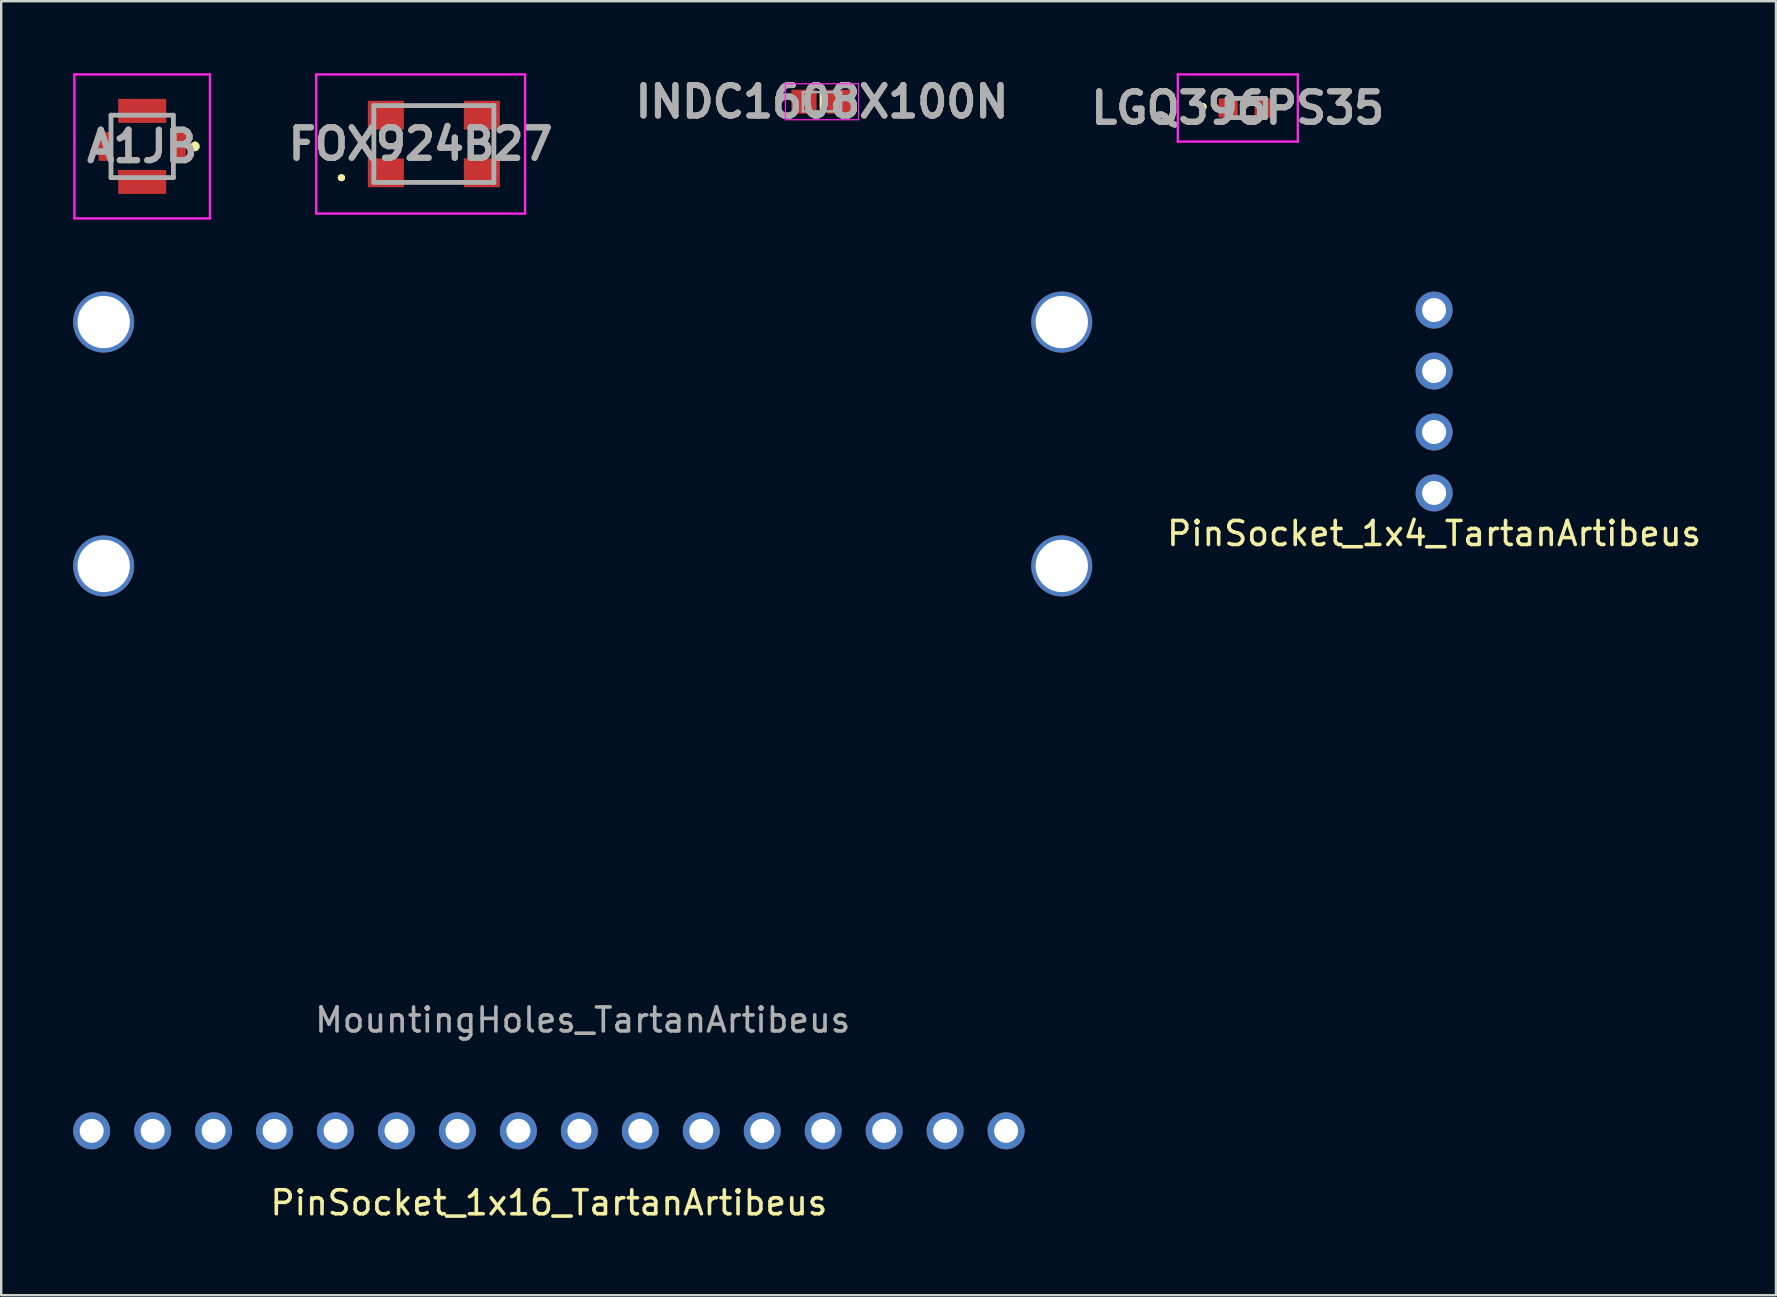
<source format=kicad_pcb>
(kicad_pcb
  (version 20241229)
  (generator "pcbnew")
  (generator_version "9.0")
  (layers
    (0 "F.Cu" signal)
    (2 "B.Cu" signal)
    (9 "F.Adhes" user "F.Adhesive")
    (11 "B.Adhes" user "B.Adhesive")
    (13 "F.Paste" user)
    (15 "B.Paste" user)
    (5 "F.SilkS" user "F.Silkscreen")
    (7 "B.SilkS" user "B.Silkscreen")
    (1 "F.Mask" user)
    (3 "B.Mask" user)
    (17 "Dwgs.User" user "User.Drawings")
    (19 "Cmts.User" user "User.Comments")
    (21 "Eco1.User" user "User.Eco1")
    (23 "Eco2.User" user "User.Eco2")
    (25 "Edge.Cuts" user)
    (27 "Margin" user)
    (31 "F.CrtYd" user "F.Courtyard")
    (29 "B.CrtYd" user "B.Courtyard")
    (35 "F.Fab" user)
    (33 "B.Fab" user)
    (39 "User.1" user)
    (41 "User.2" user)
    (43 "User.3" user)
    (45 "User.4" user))
  (footprint "MountingHoles_TartanArtibeus"
    (layer "F.Cu")
    (at 21.23 15.45)
    (property "Reference" "MountingHoles_TartanArtibeus" (at 0 24 0) (layer "F.Fab") (effects (font (size 1 1) (thickness 0.15))))
    (attr through_hole)
    (pad "1" thru_hole circle (at -19.96 -5.08) (size 2.54 2.54) (drill 2.18) (layers "*.Cu" "*.Mask"))
    (pad "2" thru_hole circle (at 19.96 -5.08) (size 2.54 2.54) (drill 2.18) (layers "*.Cu" "*.Mask"))
    (pad "3" thru_hole circle (at -19.96 5.08) (size 2.54 2.54) (drill 2.18) (layers "*.Cu" "*.Mask"))
    (pad "4" thru_hole circle (at 19.96 5.08) (size 2.54 2.54) (drill 2.18) (layers "*.Cu" "*.Mask")))
  (footprint "LGQ396PS35"
    (layer "F.Cu")
    (at 48.876 1.45)
    (property "Reference" "LGQ396PS35" (at -0.35 0 0) (layer "F.Fab") (effects (font (size 1.27 1.27) (thickness 0.254))))
    (attr smd)
    (fp_line (start -1.8 -0.1) (end -1.8 -0.1) (stroke (width 0.2) (type solid)) (layer "F.SilkS"))
    (fp_line (start -1.8 0) (end -1.8 0) (stroke (width 0.2) (type solid)) (layer "F.SilkS"))
    (fp_line (start -1.8 0) (end -1.8 0) (stroke (width 0.2) (type solid)) (layer "F.SilkS"))
    (fp_arc (start -1.8 -0.1) (mid -1.75 -0.05) (end -1.8 0) (stroke (width 0.2) (type solid)) (layer "F.SilkS"))
    (fp_arc (start -1.8 -0.1) (mid -1.75 -0.05) (end -1.8 0) (stroke (width 0.2) (type solid)) (layer "F.SilkS"))
    (fp_arc (start -1.8 0) (mid -1.85 -0.05) (end -1.8 -0.1) (stroke (width 0.2) (type solid)) (layer "F.SilkS"))
    (fp_line (start -2.85 -1.4) (end 2.15 -1.4) (stroke (width 0.1) (type solid)) (layer "F.CrtYd"))
    (fp_line (start -2.85 1.4) (end -2.85 -1.4) (stroke (width 0.1) (type solid)) (layer "F.CrtYd"))
    (fp_line (start 2.15 -1.4) (end 2.15 1.4) (stroke (width 0.1) (type solid)) (layer "F.CrtYd"))
    (fp_line (start 2.15 1.4) (end -2.85 1.4) (stroke (width 0.1) (type solid)) (layer "F.CrtYd"))
    (fp_line (start -0.8 -0.4) (end -0.8 0.4) (stroke (width 0.2) (type solid)) (layer "F.Fab"))
    (fp_line (start -0.8 0.4) (end 0.8 0.4) (stroke (width 0.2) (type solid)) (layer "F.Fab"))
    (fp_line (start 0.8 -0.4) (end -0.8 -0.4) (stroke (width 0.2) (type solid)) (layer "F.Fab"))
    (fp_line (start 0.8 0.4) (end 0.8 -0.4) (stroke (width 0.2) (type solid)) (layer "F.Fab"))
    (fp_text user "${REFERENCE}" (at -0.35 0 0) (layer "F.Fab") (effects (font (size 1.27 1.27) (thickness 0.254))))
    (pad "1" smd rect (at -0.75 0 90) (size 0.8 0.8) (layers "F.Cu" "F.Mask" "F.Paste"))
    (pad "2" smd rect (at 0.75 0 90) (size 0.8 0.8) (layers "F.Cu" "F.Mask" "F.Paste")))
  (footprint "A1JB"
    (layer "F.Cu")
    (at 2.875 3.05)
    (property "Reference" "A1JB" (at 0 0 0) (layer "F.Fab") (effects (font (size 1.27 1.27) (thickness 0.254))))
    (attr smd)
    (fp_line (start 2.2 -0.1) (end 2.2 -0.1) (stroke (width 0.2) (type solid)) (layer "F.SilkS"))
    (fp_line (start 2.2 0.1) (end 2.2 0.1) (stroke (width 0.2) (type solid)) (layer "F.SilkS"))
    (fp_arc (start 2.2 -0.1) (mid 2.3 0) (end 2.2 0.1) (stroke (width 0.2) (type solid)) (layer "F.SilkS"))
    (fp_arc (start 2.2 0.1) (mid 2.1 0) (end 2.2 -0.1) (stroke (width 0.2) (type solid)) (layer "F.SilkS"))
    (fp_line (start -2.825 -3) (end 2.825 -3) (stroke (width 0.1) (type solid)) (layer "F.CrtYd"))
    (fp_line (start -2.825 3) (end -2.825 -3) (stroke (width 0.1) (type solid)) (layer "F.CrtYd"))
    (fp_line (start 2.825 -3) (end 2.825 3) (stroke (width 0.1) (type solid)) (layer "F.CrtYd"))
    (fp_line (start 2.825 3) (end -2.825 3) (stroke (width 0.1) (type solid)) (layer "F.CrtYd"))
    (fp_line (start -1.3 -1.3) (end 1.3 -1.3) (stroke (width 0.2) (type solid)) (layer "F.Fab"))
    (fp_line (start -1.3 1.3) (end -1.3 -1.3) (stroke (width 0.2) (type solid)) (layer "F.Fab"))
    (fp_line (start 1.3 -1.3) (end 1.3 1.3) (stroke (width 0.2) (type solid)) (layer "F.Fab"))
    (fp_line (start 1.3 1.3) (end -1.3 1.3) (stroke (width 0.2) (type solid)) (layer "F.Fab"))
    (fp_text user "${REFERENCE}" (at 0 0 0) (layer "F.Fab") (effects (font (size 1.27 1.27) (thickness 0.254))))
    (pad "1" smd rect (at 1.52 0) (size 0.6 1.2) (layers "F.Cu" "F.Mask" "F.Paste"))
    (pad "2" smd rect (at 0 -1.48 90) (size 1 2) (layers "F.Cu" "F.Mask" "F.Paste"))
    (pad "3" smd rect (at -1.52 0) (size 0.6 1.2) (layers "F.Cu" "F.Mask" "F.Paste"))
    (pad "4" smd rect (at 0 1.48 90) (size 1 2) (layers "F.Cu" "F.Mask" "F.Paste")))
  (footprint "FOX924B27"
    (layer "F.Cu")
    (at 15.027 2.95)
    (property "Reference" "FOX924B27" (at -0.55 0 0) (layer "F.Fab") (effects (font (size 1.27 1.27) (thickness 0.254))))
    (attr smd)
    (fp_line (start -3.9 1.4) (end -3.9 1.4) (stroke (width 0.2) (type solid)) (layer "F.SilkS"))
    (fp_line (start -3.9 1.4) (end -3.9 1.4) (stroke (width 0.2) (type solid)) (layer "F.SilkS"))
    (fp_line (start -3.8 1.4) (end -3.8 1.4) (stroke (width 0.2) (type solid)) (layer "F.SilkS"))
    (fp_line (start -2.5 -0.25) (end -2.5 -0.25) (stroke (width 0.1) (type solid)) (layer "F.SilkS"))
    (fp_line (start -2.5 -0.25) (end -2.5 0.25) (stroke (width 0.1) (type solid)) (layer "F.SilkS"))
    (fp_line (start -2.5 0.25) (end -2.5 -0.25) (stroke (width 0.1) (type solid)) (layer "F.SilkS"))
    (fp_line (start -2.5 0.25) (end -2.5 0.25) (stroke (width 0.1) (type solid)) (layer "F.SilkS"))
    (fp_line (start -0.5 -1.6) (end -0.5 -1.6) (stroke (width 0.1) (type solid)) (layer "F.SilkS"))
    (fp_line (start -0.5 -1.6) (end 0.5 -1.6) (stroke (width 0.1) (type solid)) (layer "F.SilkS"))
    (fp_line (start -0.5 1.6) (end -0.5 1.6) (stroke (width 0.1) (type solid)) (layer "F.SilkS"))
    (fp_line (start -0.5 1.6) (end 0.5 1.6) (stroke (width 0.1) (type solid)) (layer "F.SilkS"))
    (fp_line (start 0.5 -1.6) (end -0.5 -1.6) (stroke (width 0.1) (type solid)) (layer "F.SilkS"))
    (fp_line (start 0.5 -1.6) (end 0.5 -1.6) (stroke (width 0.1) (type solid)) (layer "F.SilkS"))
    (fp_line (start 0.5 1.6) (end -0.5 1.6) (stroke (width 0.1) (type solid)) (layer "F.SilkS"))
    (fp_line (start 0.5 1.6) (end 0.5 1.6) (stroke (width 0.1) (type solid)) (layer "F.SilkS"))
    (fp_line (start 2.5 -0.25) (end 2.5 -0.25) (stroke (width 0.1) (type solid)) (layer "F.SilkS"))
    (fp_line (start 2.5 -0.25) (end 2.5 0.25) (stroke (width 0.1) (type solid)) (layer "F.SilkS"))
    (fp_line (start 2.5 0.25) (end 2.5 -0.25) (stroke (width 0.1) (type solid)) (layer "F.SilkS"))
    (fp_line (start 2.5 0.25) (end 2.5 0.25) (stroke (width 0.1) (type solid)) (layer "F.SilkS"))
    (fp_arc (start -3.9 1.4) (mid -3.85 1.35) (end -3.8 1.4) (stroke (width 0.2) (type solid)) (layer "F.SilkS"))
    (fp_arc (start -3.8 1.4) (mid -3.85 1.45) (end -3.9 1.4) (stroke (width 0.2) (type solid)) (layer "F.SilkS"))
    (fp_arc (start -3.8 1.4) (mid -3.85 1.45) (end -3.9 1.4) (stroke (width 0.2) (type solid)) (layer "F.SilkS"))
    (fp_line (start -4.9 -2.9) (end 3.8 -2.9) (stroke (width 0.1) (type solid)) (layer "F.CrtYd"))
    (fp_line (start -4.9 2.9) (end -4.9 -2.9) (stroke (width 0.1) (type solid)) (layer "F.CrtYd"))
    (fp_line (start 3.8 -2.9) (end 3.8 2.9) (stroke (width 0.1) (type solid)) (layer "F.CrtYd"))
    (fp_line (start 3.8 2.9) (end -4.9 2.9) (stroke (width 0.1) (type solid)) (layer "F.CrtYd"))
    (fp_line (start -2.5 -1.6) (end -2.5 1.6) (stroke (width 0.2) (type solid)) (layer "F.Fab"))
    (fp_line (start -2.5 1.6) (end 2.5 1.6) (stroke (width 0.2) (type solid)) (layer "F.Fab"))
    (fp_line (start 2.5 -1.6) (end -2.5 -1.6) (stroke (width 0.2) (type solid)) (layer "F.Fab"))
    (fp_line (start 2.5 1.6) (end 2.5 -1.6) (stroke (width 0.2) (type solid)) (layer "F.Fab"))
    (fp_text user "${REFERENCE}" (at -0.55 0 0) (layer "F.Fab") (effects (font (size 1.27 1.27) (thickness 0.254))))
    (pad "1" smd rect (at -2 1.2 90) (size 1.2 1.5) (layers "F.Cu" "F.Mask" "F.Paste"))
    (pad "2" smd rect (at 2 1.2 90) (size 1.2 1.5) (layers "F.Cu" "F.Mask" "F.Paste"))
    (pad "3" smd rect (at 2 -1.2 90) (size 1.2 1.5) (layers "F.Cu" "F.Mask" "F.Paste"))
    (pad "4" smd rect (at -2 -1.2 90) (size 1.2 1.5) (layers "F.Cu" "F.Mask" "F.Paste")))
  (footprint "PinSocket_1x4_TartanArtibeus"
    (layer "F.Cu")
    (at 56.704 13.68)
    (property "Reference" "PinSocket_1x4_TartanArtibeus" (at 0 5.5 0) (layer "F.SilkS") (effects (font (size 1 1) (thickness 0.15))))
    (attr through_hole)
    (pad "1" thru_hole circle (at 0 3.81) (size 1.54 1.54) (drill 1) (layers "*.Cu" "*.Mask"))
    (pad "2" thru_hole circle (at 0 1.27) (size 1.54 1.54) (drill 1) (layers "*.Cu" "*.Mask"))
    (pad "3" thru_hole circle (at 0 -1.27) (size 1.54 1.54) (drill 1) (layers "*.Cu" "*.Mask"))
    (pad "4" thru_hole circle (at 0 -3.81) (size 1.54 1.54) (drill 1) (layers "*.Cu" "*.Mask")))
  (footprint "PinSocket_1x16_TartanArtibeus"
    (layer "F.Cu")
    (at 19.82 44.068)
    (property "Reference" "PinSocket_1x16_TartanArtibeus" (at 0 3 0) (layer "F.SilkS") (effects (font (size 1 1) (thickness 0.15))))
    (attr through_hole)
    (pad "1" thru_hole circle (at -19.05 0) (size 1.54 1.54) (drill 1) (layers "*.Cu" "*.Mask"))
    (pad "2" thru_hole circle (at -16.51 0) (size 1.54 1.54) (drill 1) (layers "*.Cu" "*.Mask"))
    (pad "3" thru_hole circle (at -13.97 0) (size 1.54 1.54) (drill 1) (layers "*.Cu" "*.Mask"))
    (pad "4" thru_hole circle (at -11.43 0) (size 1.54 1.54) (drill 1) (layers "*.Cu" "*.Mask"))
    (pad "5" thru_hole circle (at -8.89 0) (size 1.54 1.54) (drill 1) (layers "*.Cu" "*.Mask"))
    (pad "6" thru_hole circle (at -6.35 0) (size 1.54 1.54) (drill 1) (layers "*.Cu" "*.Mask"))
    (pad "7" thru_hole circle (at -3.81 0) (size 1.54 1.54) (drill 1) (layers "*.Cu" "*.Mask"))
    (pad "8" thru_hole circle (at -1.27 0) (size 1.54 1.54) (drill 1) (layers "*.Cu" "*.Mask"))
    (pad "9" thru_hole circle (at 1.27 0) (size 1.54 1.54) (drill 1) (layers "*.Cu" "*.Mask"))
    (pad "10" thru_hole circle (at 3.81 0) (size 1.54 1.54) (drill 1) (layers "*.Cu" "*.Mask"))
    (pad "11" thru_hole circle (at 6.35 0) (size 1.54 1.54) (drill 1) (layers "*.Cu" "*.Mask"))
    (pad "12" thru_hole circle (at 8.89 0) (size 1.54 1.54) (drill 1) (layers "*.Cu" "*.Mask"))
    (pad "13" thru_hole circle (at 11.43 0) (size 1.54 1.54) (drill 1) (layers "*.Cu" "*.Mask"))
    (pad "14" thru_hole circle (at 13.97 0) (size 1.54 1.54) (drill 1) (layers "*.Cu" "*.Mask"))
    (pad "15" thru_hole circle (at 16.51 0) (size 1.54 1.54) (drill 1) (layers "*.Cu" "*.Mask"))
    (pad "16" thru_hole circle (at 19.05 0) (size 1.54 1.54) (drill 1) (layers "*.Cu" "*.Mask")))
  (footprint "INDC1608X100N"
    (layer "F.Cu")
    (at 31.199 1.189)
    (property "Reference" "INDC1608X100N" (at 0 0 0) (layer "F.Fab") (effects (font (size 1.27 1.27) (thickness 0.254))))
    (attr smd)
    (fp_line (start 0 -0.3) (end 0 0.3) (stroke (width 0.2) (type solid)) (layer "F.SilkS"))
    (fp_line (start -1.525 -0.75) (end 1.525 -0.75) (stroke (width 0.05) (type solid)) (layer "F.CrtYd"))
    (fp_line (start -1.525 0.75) (end -1.525 -0.75) (stroke (width 0.05) (type solid)) (layer "F.CrtYd"))
    (fp_line (start 1.525 -0.75) (end 1.525 0.75) (stroke (width 0.05) (type solid)) (layer "F.CrtYd"))
    (fp_line (start 1.525 0.75) (end -1.525 0.75) (stroke (width 0.05) (type solid)) (layer "F.CrtYd"))
    (fp_line (start -0.8 -0.4) (end 0.8 -0.4) (stroke (width 0.1) (type solid)) (layer "F.Fab"))
    (fp_line (start -0.8 0.4) (end -0.8 -0.4) (stroke (width 0.1) (type solid)) (layer "F.Fab"))
    (fp_line (start 0.8 -0.4) (end 0.8 0.4) (stroke (width 0.1) (type solid)) (layer "F.Fab"))
    (fp_line (start 0.8 0.4) (end -0.8 0.4) (stroke (width 0.1) (type solid)) (layer "F.Fab"))
    (fp_text user "${REFERENCE}" (at 0 0 0) (layer "F.Fab") (effects (font (size 1.27 1.27) (thickness 0.254))))
    (pad "1" smd rect (at -0.75 0 90) (size 1 1.05) (layers "F.Cu" "F.Mask" "F.Paste"))
    (pad "2" smd rect (at 0.75 0 90) (size 1 1.05) (layers "F.Cu" "F.Mask" "F.Paste")))
  (gr_rect
    (start -3 -3)
    (end 70.948 50.916)
    (stroke (width 0.1) (type default))
    (fill no)
    (layer "Edge.Cuts")))
</source>
